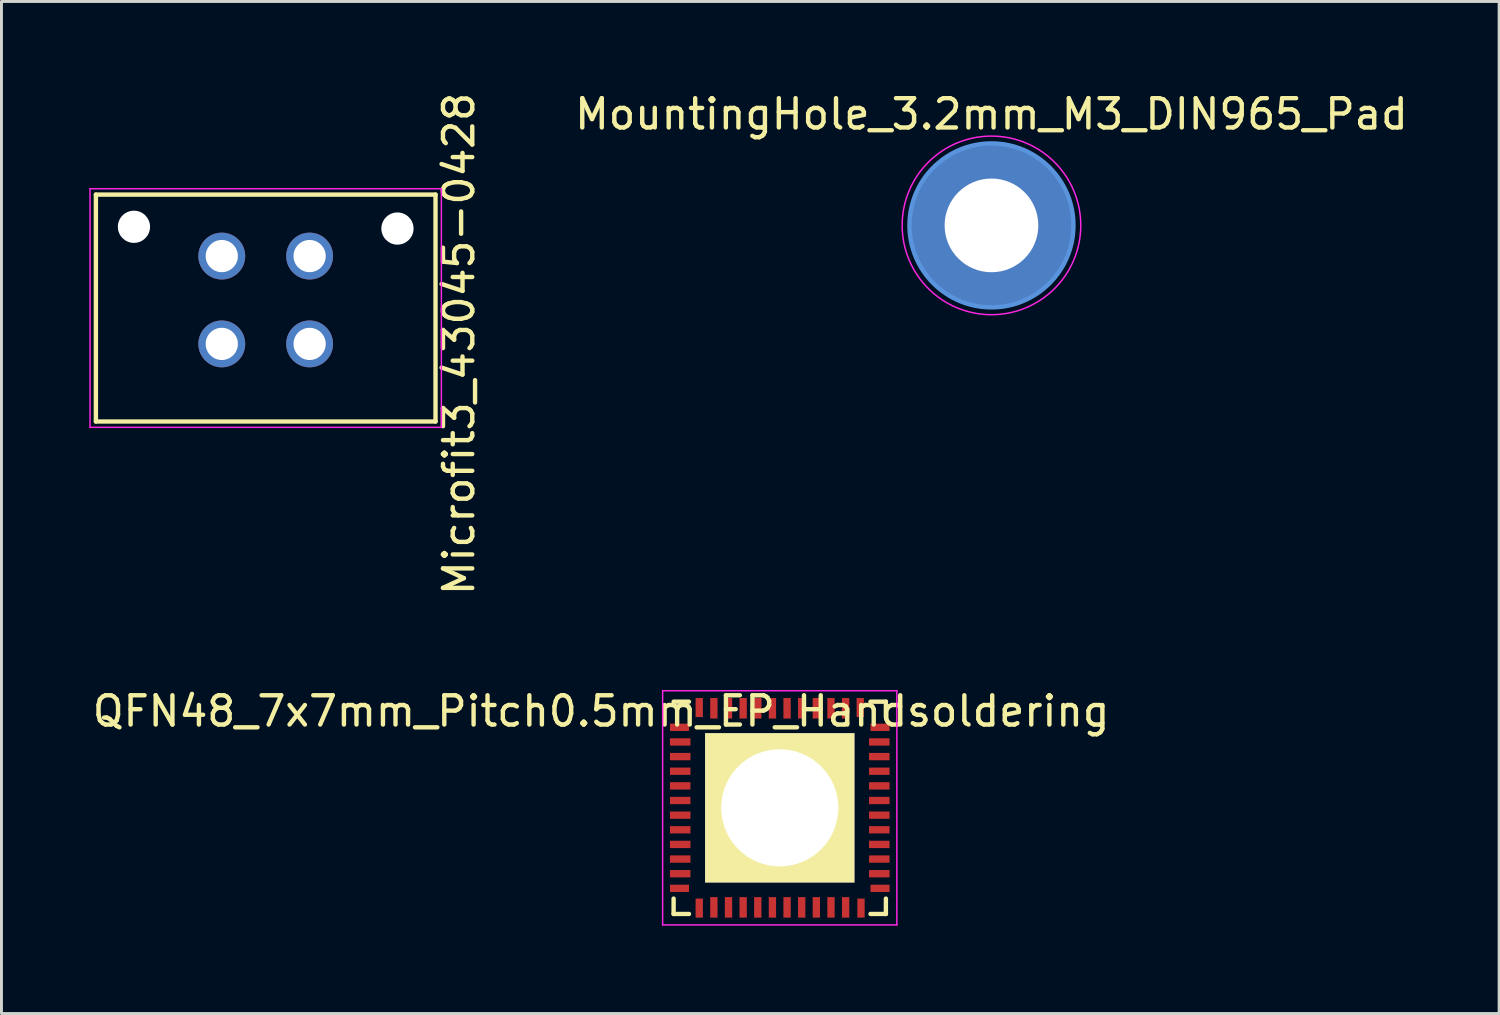
<source format=kicad_pcb>
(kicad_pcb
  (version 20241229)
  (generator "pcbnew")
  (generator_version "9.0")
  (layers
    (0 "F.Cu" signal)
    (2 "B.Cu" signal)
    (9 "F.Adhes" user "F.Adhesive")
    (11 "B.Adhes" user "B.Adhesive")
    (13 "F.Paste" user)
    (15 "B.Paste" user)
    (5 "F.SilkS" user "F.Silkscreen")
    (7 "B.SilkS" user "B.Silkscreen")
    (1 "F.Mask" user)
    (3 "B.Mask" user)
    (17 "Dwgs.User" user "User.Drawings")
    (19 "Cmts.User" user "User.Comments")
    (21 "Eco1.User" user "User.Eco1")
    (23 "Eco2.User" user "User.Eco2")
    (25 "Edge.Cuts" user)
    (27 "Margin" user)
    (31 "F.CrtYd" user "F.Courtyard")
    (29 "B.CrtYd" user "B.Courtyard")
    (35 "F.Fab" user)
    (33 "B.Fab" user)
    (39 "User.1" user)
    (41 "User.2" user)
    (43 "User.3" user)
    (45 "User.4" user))
  (footprint "MountingHole_3.2mm_M3_DIN965_Pad"
    (layer "F.Cu")
    (at 30.813 4.648)
    (property "Reference" "MountingHole_3.2mm_M3_DIN965_Pad" (at 0 -3.8 0) (layer "F.SilkS") (effects (font (size 1 1) (thickness 0.15))))
    (attr through_hole)
    (fp_circle (center 0 0) (end 2.8 0) (stroke (width 0.15) (type solid)) (fill no) (layer "Cmts.User"))
    (fp_circle (center 0 0) (end 3.05 0) (stroke (width 0.05) (type solid)) (fill no) (layer "F.CrtYd"))
    (pad "1" thru_hole circle (at 0 0) (size 5.6 5.6) (drill 3.2) (layers "*.Cu" "*.Mask")))
  (footprint "QFN48_7x7mm_Pitch0.5mm_EP_Handsoldering"
    (layer "F.Cu")
    (at 23.582 24.541)
    (property "Reference" "QFN48_7x7mm_Pitch0.5mm_EP_Handsoldering" (at -6.1 -3.3 0) (layer "F.SilkS") (effects (font (size 1 1) (thickness 0.15))))
    (attr smd)
    (fp_line (start -3.625 -3.625) (end -3.1 -3.625) (stroke (width 0.15) (type solid)) (layer "F.SilkS"))
    (fp_line (start -3.625 3.625) (end -3.625 3.1) (stroke (width 0.15) (type solid)) (layer "F.SilkS"))
    (fp_line (start -3.625 3.625) (end -3.1 3.625) (stroke (width 0.15) (type solid)) (layer "F.SilkS"))
    (fp_line (start 3.625 -3.625) (end 3.1 -3.625) (stroke (width 0.15) (type solid)) (layer "F.SilkS"))
    (fp_line (start 3.625 -3.625) (end 3.625 -3.1) (stroke (width 0.15) (type solid)) (layer "F.SilkS"))
    (fp_line (start 3.625 3.625) (end 3.1 3.625) (stroke (width 0.15) (type solid)) (layer "F.SilkS"))
    (fp_line (start 3.625 3.625) (end 3.625 3.1) (stroke (width 0.15) (type solid)) (layer "F.SilkS"))
    (fp_line (start -4 -4) (end -4 4) (stroke (width 0.05) (type solid)) (layer "F.CrtYd"))
    (fp_line (start -4 -4) (end 4 -4) (stroke (width 0.05) (type solid)) (layer "F.CrtYd"))
    (fp_line (start -4 4) (end 4 4) (stroke (width 0.05) (type solid)) (layer "F.CrtYd"))
    (fp_line (start 4 -4) (end 4 4) (stroke (width 0.05) (type solid)) (layer "F.CrtYd"))
    (pad "1" smd rect (at -3.425 -2.75) (size 0.65 0.25) (layers "F.Cu" "F.Mask" "F.Paste"))
    (pad "2" smd rect (at -3.4 -2.25) (size 0.7 0.25) (layers "F.Cu" "F.Mask" "F.Paste"))
    (pad "3" smd rect (at -3.4 -1.75) (size 0.7 0.25) (layers "F.Cu" "F.Mask" "F.Paste"))
    (pad "4" smd rect (at -3.4 -1.25) (size 0.7 0.25) (layers "F.Cu" "F.Mask" "F.Paste"))
    (pad "5" smd rect (at -3.4 -0.75) (size 0.7 0.25) (layers "F.Cu" "F.Mask" "F.Paste"))
    (pad "6" smd rect (at -3.4 -0.25) (size 0.7 0.25) (layers "F.Cu" "F.Mask" "F.Paste"))
    (pad "7" smd rect (at -3.4 0.25) (size 0.7 0.25) (layers "F.Cu" "F.Mask" "F.Paste"))
    (pad "8" smd rect (at -3.4 0.75) (size 0.7 0.25) (layers "F.Cu" "F.Mask" "F.Paste"))
    (pad "9" smd rect (at -3.4 1.25) (size 0.7 0.25) (layers "F.Cu" "F.Mask" "F.Paste"))
    (pad "10" smd rect (at -3.4 1.75) (size 0.7 0.25) (layers "F.Cu" "F.Mask" "F.Paste"))
    (pad "11" smd rect (at -3.4 2.25) (size 0.7 0.25) (layers "F.Cu" "F.Mask" "F.Paste"))
    (pad "12" smd rect (at -3.425 2.75) (size 0.65 0.25) (layers "F.Cu" "F.Mask" "F.Paste"))
    (pad "13" smd rect (at -2.75 3.425 90) (size 0.65 0.25) (layers "F.Cu" "F.Mask" "F.Paste"))
    (pad "14" smd rect (at -2.25 3.4 90) (size 0.7 0.25) (layers "F.Cu" "F.Mask" "F.Paste"))
    (pad "15" smd rect (at -1.75 3.4 90) (size 0.7 0.25) (layers "F.Cu" "F.Mask" "F.Paste"))
    (pad "16" smd rect (at -1.25 3.4 90) (size 0.7 0.25) (layers "F.Cu" "F.Mask" "F.Paste"))
    (pad "17" smd rect (at -0.75 3.4 90) (size 0.7 0.25) (layers "F.Cu" "F.Mask" "F.Paste"))
    (pad "18" smd rect (at -0.25 3.4 90) (size 0.7 0.25) (layers "F.Cu" "F.Mask" "F.Paste"))
    (pad "19" smd rect (at 0.25 3.4 90) (size 0.7 0.25) (layers "F.Cu" "F.Mask" "F.Paste"))
    (pad "20" smd rect (at 0.75 3.4 90) (size 0.7 0.25) (layers "F.Cu" "F.Mask" "F.Paste"))
    (pad "21" smd rect (at 1.25 3.4 90) (size 0.7 0.25) (layers "F.Cu" "F.Mask" "F.Paste"))
    (pad "22" smd rect (at 1.75 3.4 90) (size 0.7 0.25) (layers "F.Cu" "F.Mask" "F.Paste"))
    (pad "23" smd rect (at 2.25 3.4 90) (size 0.7 0.25) (layers "F.Cu" "F.Mask" "F.Paste"))
    (pad "24" smd rect (at 2.775 3.425 90) (size 0.65 0.25) (layers "F.Cu" "F.Mask" "F.Paste"))
    (pad "25" smd rect (at 3.425 2.75) (size 0.65 0.25) (layers "F.Cu" "F.Mask" "F.Paste"))
    (pad "26" smd rect (at 3.4 2.25) (size 0.7 0.25) (layers "F.Cu" "F.Mask" "F.Paste"))
    (pad "27" smd rect (at 3.4 1.75) (size 0.7 0.25) (layers "F.Cu" "F.Mask" "F.Paste"))
    (pad "28" smd rect (at 3.4 1.25) (size 0.7 0.25) (layers "F.Cu" "F.Mask" "F.Paste"))
    (pad "29" smd rect (at 3.4 0.75) (size 0.7 0.25) (layers "F.Cu" "F.Mask" "F.Paste"))
    (pad "30" smd rect (at 3.4 0.25) (size 0.7 0.25) (layers "F.Cu" "F.Mask" "F.Paste"))
    (pad "31" smd rect (at 3.4 -0.25) (size 0.7 0.25) (layers "F.Cu" "F.Mask" "F.Paste"))
    (pad "32" smd rect (at 3.4 -0.75) (size 0.7 0.25) (layers "F.Cu" "F.Mask" "F.Paste"))
    (pad "33" smd rect (at 3.4 -1.25) (size 0.7 0.25) (layers "F.Cu" "F.Mask" "F.Paste"))
    (pad "34" smd rect (at 3.4 -1.75) (size 0.7 0.25) (layers "F.Cu" "F.Mask" "F.Paste"))
    (pad "35" smd rect (at 3.4 -2.25) (size 0.7 0.25) (layers "F.Cu" "F.Mask" "F.Paste"))
    (pad "36" smd rect (at 3.425 -2.75) (size 0.65 0.25) (layers "F.Cu" "F.Mask" "F.Paste"))
    (pad "37" smd rect (at 2.75 -3.425 90) (size 0.65 0.25) (layers "F.Cu" "F.Mask" "F.Paste"))
    (pad "38" smd rect (at 2.25 -3.4 90) (size 0.7 0.25) (layers "F.Cu" "F.Mask" "F.Paste"))
    (pad "39" smd rect (at 1.75 -3.4 90) (size 0.7 0.25) (layers "F.Cu" "F.Mask" "F.Paste"))
    (pad "40" smd rect (at 1.25 -3.4 90) (size 0.7 0.25) (layers "F.Cu" "F.Mask" "F.Paste"))
    (pad "41" smd rect (at 0.75 -3.4 90) (size 0.7 0.25) (layers "F.Cu" "F.Mask" "F.Paste"))
    (pad "42" smd rect (at 0.25 -3.4 90) (size 0.7 0.25) (layers "F.Cu" "F.Mask" "F.Paste"))
    (pad "43" smd rect (at -0.25 -3.4 90) (size 0.7 0.25) (layers "F.Cu" "F.Mask" "F.Paste"))
    (pad "44" smd rect (at -0.75 -3.4 90) (size 0.7 0.25) (layers "F.Cu" "F.Mask" "F.Paste"))
    (pad "45" smd rect (at -1.25 -3.4 90) (size 0.7 0.25) (layers "F.Cu" "F.Mask" "F.Paste"))
    (pad "46" smd rect (at -1.75 -3.4 90) (size 0.7 0.25) (layers "F.Cu" "F.Mask" "F.Paste"))
    (pad "47" smd rect (at -2.25 -3.4 90) (size 0.7 0.25) (layers "F.Cu" "F.Mask" "F.Paste"))
    (pad "48" smd rect (at -2.75 -3.425 90) (size 0.65 0.25) (layers "F.Cu" "F.Mask" "F.Paste"))
    (pad "49" thru_hole rect (at 0 0) (size 5.1 5.1) (drill 4) (layers "*.Cu" "*.Mask" "F.SilkS")))
  (footprint "Microfit3_43045-0428"
    (layer "F.Cu")
    (at 7.525 8.696)
    (property "Reference" "Microfit3_43045-0428" (at 5.1 0 90) (layer "F.SilkS") (effects (font (size 1 1) (thickness 0.15))))
    (attr through_hole)
    (fp_line (start -7.3 2.65) (end -7.3 -5.1) (stroke (width 0.15) (type solid)) (layer "F.SilkS"))
    (fp_line (start 4.3 -5.1) (end -7.3 -5.1) (stroke (width 0.15) (type solid)) (layer "F.SilkS"))
    (fp_line (start 4.3 2.65) (end -7.3 2.65) (stroke (width 0.15) (type solid)) (layer "F.SilkS"))
    (fp_line (start 4.3 2.65) (end 4.3 -5.1) (stroke (width 0.15) (type solid)) (layer "F.SilkS"))
    (fp_line (start -7.5 2.85) (end -7.5 -5.3) (stroke (width 0.05) (type solid)) (layer "F.CrtYd"))
    (fp_line (start 4.5 -5.3) (end -7.5 -5.3) (stroke (width 0.05) (type solid)) (layer "F.CrtYd"))
    (fp_line (start 4.5 2.85) (end -7.5 2.85) (stroke (width 0.05) (type solid)) (layer "F.CrtYd"))
    (fp_line (start 4.5 2.85) (end 4.5 -5.3) (stroke (width 0.05) (type solid)) (layer "F.CrtYd"))
    (pad "" np_thru_hole circle (at -6 -4) (size 1.1 1.1) (drill 1.1) (layers "*.Cu" "*.Mask"))
    (pad "" np_thru_hole circle (at 3 -3.94) (size 1.1 1.1) (drill 1.1) (layers "*.Cu" "*.Mask"))
    (pad "1" thru_hole circle (at 0 0) (size 1.6 1.6) (drill 1.1) (layers "*.Cu" "*.Mask"))
    (pad "2" thru_hole circle (at -3 0) (size 1.6 1.6) (drill 1.1) (layers "*.Cu" "*.Mask"))
    (pad "3" thru_hole circle (at 0 -3) (size 1.6 1.6) (drill 1.1) (layers "*.Cu" "*.Mask"))
    (pad "4" thru_hole circle (at -3 -3) (size 1.6 1.6) (drill 1.1) (layers "*.Cu" "*.Mask")))
  (gr_rect
    (start -3 -3)
    (end 48.152 31.566)
    (stroke (width 0.1) (type default))
    (fill no)
    (layer "Edge.Cuts")))
</source>
